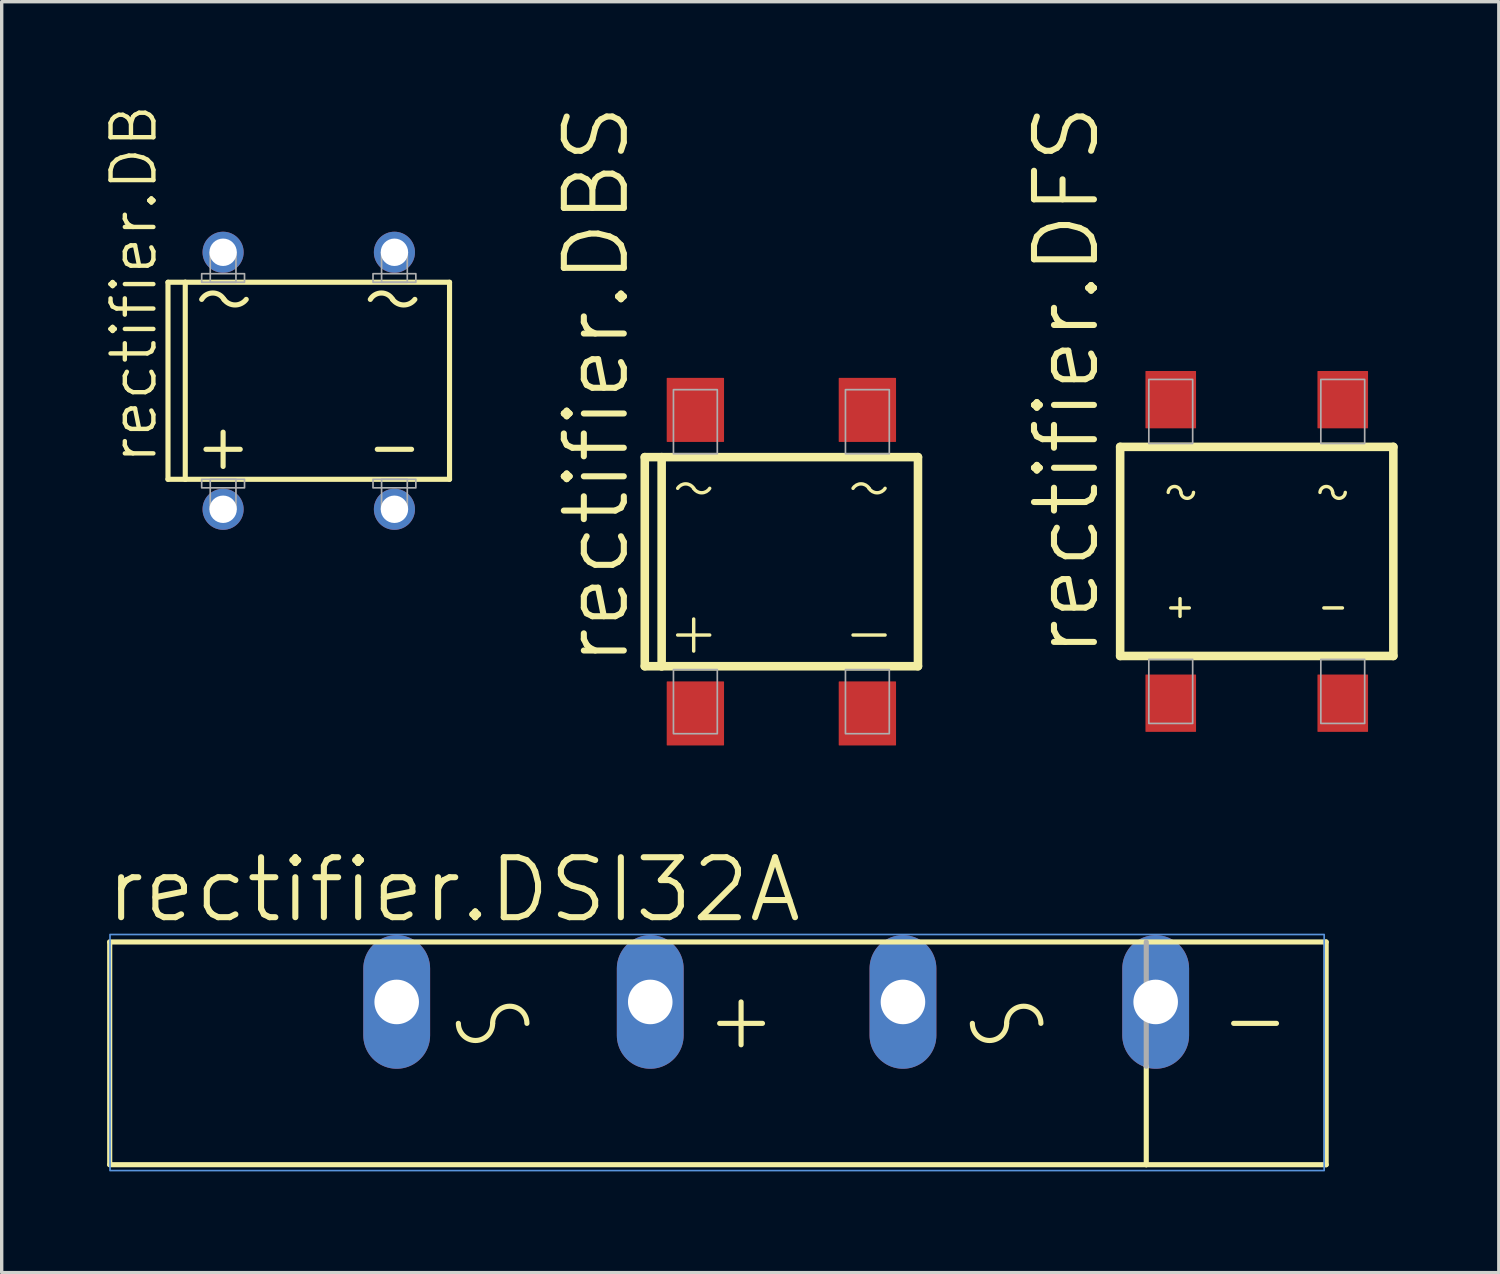
<source format=kicad_pcb>
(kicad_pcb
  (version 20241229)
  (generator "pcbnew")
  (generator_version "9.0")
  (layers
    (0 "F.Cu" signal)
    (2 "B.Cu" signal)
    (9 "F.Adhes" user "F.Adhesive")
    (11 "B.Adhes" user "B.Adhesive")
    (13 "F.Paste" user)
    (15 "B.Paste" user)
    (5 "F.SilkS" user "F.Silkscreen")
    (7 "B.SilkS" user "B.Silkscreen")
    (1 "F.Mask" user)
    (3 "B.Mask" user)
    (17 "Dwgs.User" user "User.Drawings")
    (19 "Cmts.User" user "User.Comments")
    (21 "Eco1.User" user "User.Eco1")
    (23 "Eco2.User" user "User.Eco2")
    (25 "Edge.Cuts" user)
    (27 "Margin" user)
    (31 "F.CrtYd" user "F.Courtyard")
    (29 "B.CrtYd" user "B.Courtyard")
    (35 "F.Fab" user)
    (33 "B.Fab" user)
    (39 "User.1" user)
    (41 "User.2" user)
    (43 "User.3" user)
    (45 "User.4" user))
  (footprint "rectifier.DFS"
    (layer "F.Cu")
    (at 34.213 13.3)
    (property "Reference" "rectifier.DFS" (at -4.6 3.225 90) (layer "F.SilkS") (effects (font (size 1.778 1.778) (thickness 0.18)) (justify left bottom)))
    (attr smd)
    (fp_line (start -4.05 -3.1) (end 4.05 -3.1) (stroke (width 0.254) (type default)) (layer "F.SilkS"))
    (fp_line (start -4.05 3.1) (end -4.05 -3.1) (stroke (width 0.254) (type default)) (layer "F.SilkS"))
    (fp_line (start -2.55 1.675) (end -2 1.675) (stroke (width 0.102) (type default)) (layer "F.SilkS"))
    (fp_line (start -2.275 1.925) (end -2.275 1.4) (stroke (width 0.102) (type default)) (layer "F.SilkS"))
    (fp_line (start 1.99 1.675) (end 2.54 1.675) (stroke (width 0.102) (type default)) (layer "F.SilkS"))
    (fp_line (start 4.05 -3.1) (end 4.05 3.1) (stroke (width 0.254) (type default)) (layer "F.SilkS"))
    (fp_line (start 4.05 3.1) (end -4.05 3.1) (stroke (width 0.254) (type default)) (layer "F.SilkS"))
    (fp_arc (start -2.625 -1.75) (mid -2.4375 -1.925416) (end -2.25 -1.75) (stroke (width 0.1016) (type default)) (layer "F.SilkS"))
    (fp_arc (start -1.875 -1.75) (mid -2.0625 -1.574584) (end -2.25 -1.75) (stroke (width 0.1016) (type default)) (layer "F.SilkS"))
    (fp_arc (start 1.875 -1.75) (mid 2.0625 -1.925416) (end 2.25 -1.75) (stroke (width 0.1016) (type default)) (layer "F.SilkS"))
    (fp_arc (start 2.625 -1.75) (mid 2.4375 -1.574584) (end 2.25 -1.75) (stroke (width 0.1016) (type default)) (layer "F.SilkS"))
    (fp_rect (start -3.2 -3.2) (end -1.9 -5.1) (stroke (width 0.05) (type default)) (fill no) (layer "F.Fab"))
    (fp_rect (start -3.2 5.1) (end -1.9 3.2) (stroke (width 0.05) (type default)) (fill no) (layer "F.Fab"))
    (fp_rect (start 1.9 -3.2) (end 3.2 -5.1) (stroke (width 0.05) (type default)) (fill no) (layer "F.Fab"))
    (fp_rect (start 1.9 5.1) (end 3.2 3.2) (stroke (width 0.05) (type default)) (fill no) (layer "F.Fab"))
    (pad "+" smd roundrect (at -2.55 4.5) (size 1.5 1.7) (layers "F.Cu" "F.Mask" "F.Paste") (roundrect_rratio 0.01))
    (pad "-" smd roundrect (at 2.55 4.5) (size 1.5 1.7) (layers "F.Cu" "F.Mask" "F.Paste") (roundrect_rratio 0.01))
    (pad "AC1" smd roundrect (at -2.55 -4.5 180) (size 1.5 1.7) (layers "F.Cu" "F.Mask" "F.Paste") (roundrect_rratio 0.01))
    (pad "AC2" smd roundrect (at 2.55 -4.5 180) (size 1.5 1.7) (layers "F.Cu" "F.Mask" "F.Paste") (roundrect_rratio 0.01)))
  (footprint "rectifier.DBS"
    (layer "F.Cu")
    (at 20.118 13.604)
    (property "Reference" "rectifier.DBS" (at -4.445 3.175 90) (layer "F.SilkS") (effects (font (size 1.778 1.778) (thickness 0.18)) (justify left bottom)))
    (attr smd)
    (fp_line (start -4.05 -3.1) (end 4.05 -3.1) (stroke (width 0.254) (type default)) (layer "F.SilkS"))
    (fp_line (start -4.05 3.1) (end -4.05 -3.1) (stroke (width 0.254) (type default)) (layer "F.SilkS"))
    (fp_line (start -3.55 3.1) (end -4.05 3.1) (stroke (width 0.254) (type default)) (layer "F.SilkS"))
    (fp_line (start -3.55 3.1) (end -3.55 -3.1) (stroke (width 0.254) (type default)) (layer "F.SilkS"))
    (fp_line (start -3.075 2.175) (end -2.125 2.175) (stroke (width 0.102) (type default)) (layer "F.SilkS"))
    (fp_line (start -2.6 2.65) (end -2.6 1.7) (stroke (width 0.102) (type default)) (layer "F.SilkS"))
    (fp_line (start 2.125 2.175) (end 3.075 2.175) (stroke (width 0.102) (type default)) (layer "F.SilkS"))
    (fp_line (start 4.05 -3.1) (end 4.05 3.1) (stroke (width 0.254) (type default)) (layer "F.SilkS"))
    (fp_line (start 4.05 3.1) (end -3.55 3.1) (stroke (width 0.254) (type default)) (layer "F.SilkS"))
    (fp_arc (start -3.075 -2.175) (mid -2.8375 -2.307076) (end -2.6 -2.175) (stroke (width 0.1016) (type default)) (layer "F.SilkS"))
    (fp_arc (start -2.125 -2.175) (mid -2.3625 -2.042924) (end -2.6 -2.175) (stroke (width 0.1016) (type default)) (layer "F.SilkS"))
    (fp_arc (start 2.125 -2.175) (mid 2.3625 -2.307076) (end 2.6 -2.175) (stroke (width 0.1016) (type default)) (layer "F.SilkS"))
    (fp_arc (start 3.075 -2.175) (mid 2.8375 -2.042924) (end 2.6 -2.175) (stroke (width 0.1016) (type default)) (layer "F.SilkS"))
    (fp_rect (start -3.2 -3.2) (end -1.9 -5.1) (stroke (width 0.05) (type default)) (fill no) (layer "F.Fab"))
    (fp_rect (start -3.2 5.1) (end -1.9 3.2) (stroke (width 0.05) (type default)) (fill no) (layer "F.Fab"))
    (fp_rect (start 1.9 -3.2) (end 3.2 -5.1) (stroke (width 0.05) (type default)) (fill no) (layer "F.Fab"))
    (fp_rect (start 1.9 5.1) (end 3.2 3.2) (stroke (width 0.05) (type default)) (fill no) (layer "F.Fab"))
    (pad "+" smd roundrect (at -2.55 4.5) (size 1.7 1.9) (layers "F.Cu" "F.Mask" "F.Paste") (roundrect_rratio 0.01))
    (pad "-" smd roundrect (at 2.55 4.5) (size 1.7 1.9) (layers "F.Cu" "F.Mask" "F.Paste") (roundrect_rratio 0.01))
    (pad "AC1" smd roundrect (at -2.55 -4.5 180) (size 1.7 1.9) (layers "F.Cu" "F.Mask" "F.Paste") (roundrect_rratio 0.01))
    (pad "AC2" smd roundrect (at 2.55 -4.5 180) (size 1.7 1.9) (layers "F.Cu" "F.Mask" "F.Paste") (roundrect_rratio 0.01)))
  (footprint "rectifier.DB"
    (layer "F.Cu")
    (at 6.105 8.24)
    (property "Reference" "rectifier.DB" (at -4.445 2.54 90) (layer "F.SilkS") (effects (font (size 1.27 1.27) (thickness 0.13)) (justify left bottom)))
    (attr through_hole)
    (fp_line (start -4.174 -2.921) (end -4.174 2.921) (stroke (width 0.152) (type default)) (layer "F.SilkS"))
    (fp_line (start -4.174 2.921) (end -3.662 2.921) (stroke (width 0.152) (type default)) (layer "F.SilkS"))
    (fp_line (start -3.662 -2.921) (end -4.174 -2.921) (stroke (width 0.152) (type default)) (layer "F.SilkS"))
    (fp_line (start -3.662 -2.921) (end -3.662 2.921) (stroke (width 0.152) (type default)) (layer "F.SilkS"))
    (fp_line (start -3.662 2.921) (end 4.174 2.921) (stroke (width 0.152) (type default)) (layer "F.SilkS"))
    (fp_line (start -3.048 2.032) (end -2.032 2.032) (stroke (width 0.152) (type default)) (layer "F.SilkS"))
    (fp_line (start -2.54 1.524) (end -2.54 2.54) (stroke (width 0.152) (type default)) (layer "F.SilkS"))
    (fp_line (start 2.032 2.032) (end 3.048 2.032) (stroke (width 0.152) (type default)) (layer "F.SilkS"))
    (fp_line (start 4.174 -2.921) (end -3.662 -2.921) (stroke (width 0.152) (type default)) (layer "F.SilkS"))
    (fp_line (start 4.174 2.921) (end 4.174 -2.921) (stroke (width 0.152) (type default)) (layer "F.SilkS"))
    (fp_arc (start -3.175 -2.413) (mid -2.8448 -2.602616) (end -2.5146 -2.413) (stroke (width 0.1524) (type default)) (layer "F.SilkS"))
    (fp_arc (start -1.8542 -2.413) (mid -2.1844 -2.248) (end -2.5146 -2.413) (stroke (width 0.1524) (type default)) (layer "F.SilkS"))
    (fp_arc (start 1.825 -2.413) (mid 2.1552 -2.602616) (end 2.4854 -2.413) (stroke (width 0.1524) (type default)) (layer "F.SilkS"))
    (fp_arc (start 3.1458 -2.413) (mid 2.8156 -2.248) (end 2.4854 -2.413) (stroke (width 0.1524) (type default)) (layer "F.SilkS"))
    (fp_rect (start -3.175 -2.921) (end -1.905 -3.175) (stroke (width 0.05) (type default)) (fill no) (layer "F.Fab"))
    (fp_rect (start -3.175 3.175) (end -1.905 2.921) (stroke (width 0.05) (type default)) (fill no) (layer "F.Fab"))
    (fp_rect (start -2.921 -2.921) (end -2.159 -3.81) (stroke (width 0.05) (type default)) (fill no) (layer "F.Fab"))
    (fp_rect (start -2.921 3.81) (end -2.159 2.921) (stroke (width 0.05) (type default)) (fill no) (layer "F.Fab"))
    (fp_rect (start 1.905 -2.921) (end 3.175 -3.175) (stroke (width 0.05) (type default)) (fill no) (layer "F.Fab"))
    (fp_rect (start 1.905 3.175) (end 3.175 2.921) (stroke (width 0.05) (type default)) (fill no) (layer "F.Fab"))
    (fp_rect (start 2.159 -2.921) (end 2.921 -3.81) (stroke (width 0.05) (type default)) (fill no) (layer "F.Fab"))
    (fp_rect (start 2.159 3.81) (end 2.921 2.921) (stroke (width 0.05) (type default)) (fill no) (layer "F.Fab"))
    (pad "+" thru_hole circle (at -2.54 3.81) (size 1.219 1.219) (drill 0.813) (layers "*.Cu" "*.Mask"))
    (pad "-" thru_hole circle (at 2.54 3.81) (size 1.219 1.219) (drill 0.813) (layers "*.Cu" "*.Mask"))
    (pad "AC1" thru_hole circle (at 2.54 -3.81) (size 1.219 1.219) (drill 0.813) (layers "*.Cu" "*.Mask"))
    (pad "AC2" thru_hole circle (at -2.54 -3.81) (size 1.219 1.219) (drill 0.813) (layers "*.Cu" "*.Mask")))
  (footprint "rectifier.DSI32A"
    (layer "F.Cu")
    (at 20.212 28.158)
    (property "Reference" "rectifier.DSI32A" (at -20.212 -3.786 0) (layer "F.SilkS") (effects (font (size 1.778 1.778) (thickness 0.18)) (justify left bottom)))
    (attr through_hole)
    (fp_line (start -20.009 -3.278) (end -20.009 3.326) (stroke (width 0.152) (type default)) (layer "F.SilkS"))
    (fp_line (start -20.009 -3.278) (end 16.059 -3.278) (stroke (width 0.152) (type default)) (layer "F.SilkS"))
    (fp_line (start -20.009 3.326) (end 10.725 3.326) (stroke (width 0.152) (type default)) (layer "F.SilkS"))
    (fp_line (start -1.924 -0.865) (end -0.654 -0.865) (stroke (width 0.152) (type default)) (layer "F.SilkS"))
    (fp_line (start -1.289 -0.23) (end -1.289 -1.5) (stroke (width 0.152) (type default)) (layer "F.SilkS"))
    (fp_line (start 10.725 0.405) (end 10.725 3.326) (stroke (width 0.152) (type default)) (layer "F.SilkS"))
    (fp_line (start 10.725 3.326) (end 16.059 3.326) (stroke (width 0.152) (type default)) (layer "F.SilkS"))
    (fp_line (start 13.316 -0.865) (end 14.586 -0.865) (stroke (width 0.152) (type default)) (layer "F.SilkS"))
    (fp_line (start 16.059 3.326) (end 16.059 -3.278) (stroke (width 0.152) (type default)) (layer "F.SilkS"))
    (fp_arc (start -8.6552 -0.865) (mid -9.1632 -0.357) (end -9.6712 -0.865) (stroke (width 0.1524) (type default)) (layer "F.SilkS"))
    (fp_arc (start -8.6552 -0.865) (mid -8.1472 -1.373) (end -7.6392 -0.865) (stroke (width 0.1524) (type default)) (layer "F.SilkS"))
    (fp_arc (start 6.5848 -0.865) (mid 6.0768 -0.357) (end 5.5688 -0.865) (stroke (width 0.1524) (type default)) (layer "F.SilkS"))
    (fp_arc (start 6.5848 -0.865) (mid 7.0928 -1.373) (end 7.6008 -0.865) (stroke (width 0.1524) (type default)) (layer "F.SilkS"))
    (fp_rect (start -20 3.5) (end 16 -3.5) (stroke (width 0.05) (type default)) (fill no) (layer "Cmts.User"))
    (fp_line (start 10.725 -3.278) (end 10.725 0.405) (stroke (width 0.152) (type default)) (layer "F.Fab"))
    (pad "+" thru_hole oval (at -3.982 -1.5 90) (size 3.962 1.981) (drill 1.321) (layers "*.Cu" "*.Mask"))
    (pad "-" thru_hole oval (at 11.004 -1.5 90) (size 3.962 1.981) (drill 1.321) (layers "*.Cu" "*.Mask"))
    (pad "AC1" thru_hole oval (at -11.5 -1.5 90) (size 3.962 1.981) (drill 1.321) (layers "*.Cu" "*.Mask"))
    (pad "AC2" thru_hole oval (at 3.511 -1.5 90) (size 3.962 1.981) (drill 1.321) (layers "*.Cu" "*.Mask")))
  (gr_rect
    (start -3 -3)
    (end 41.39 34.683)
    (stroke (width 0.1) (type default))
    (fill no)
    (layer "Edge.Cuts")))
</source>
